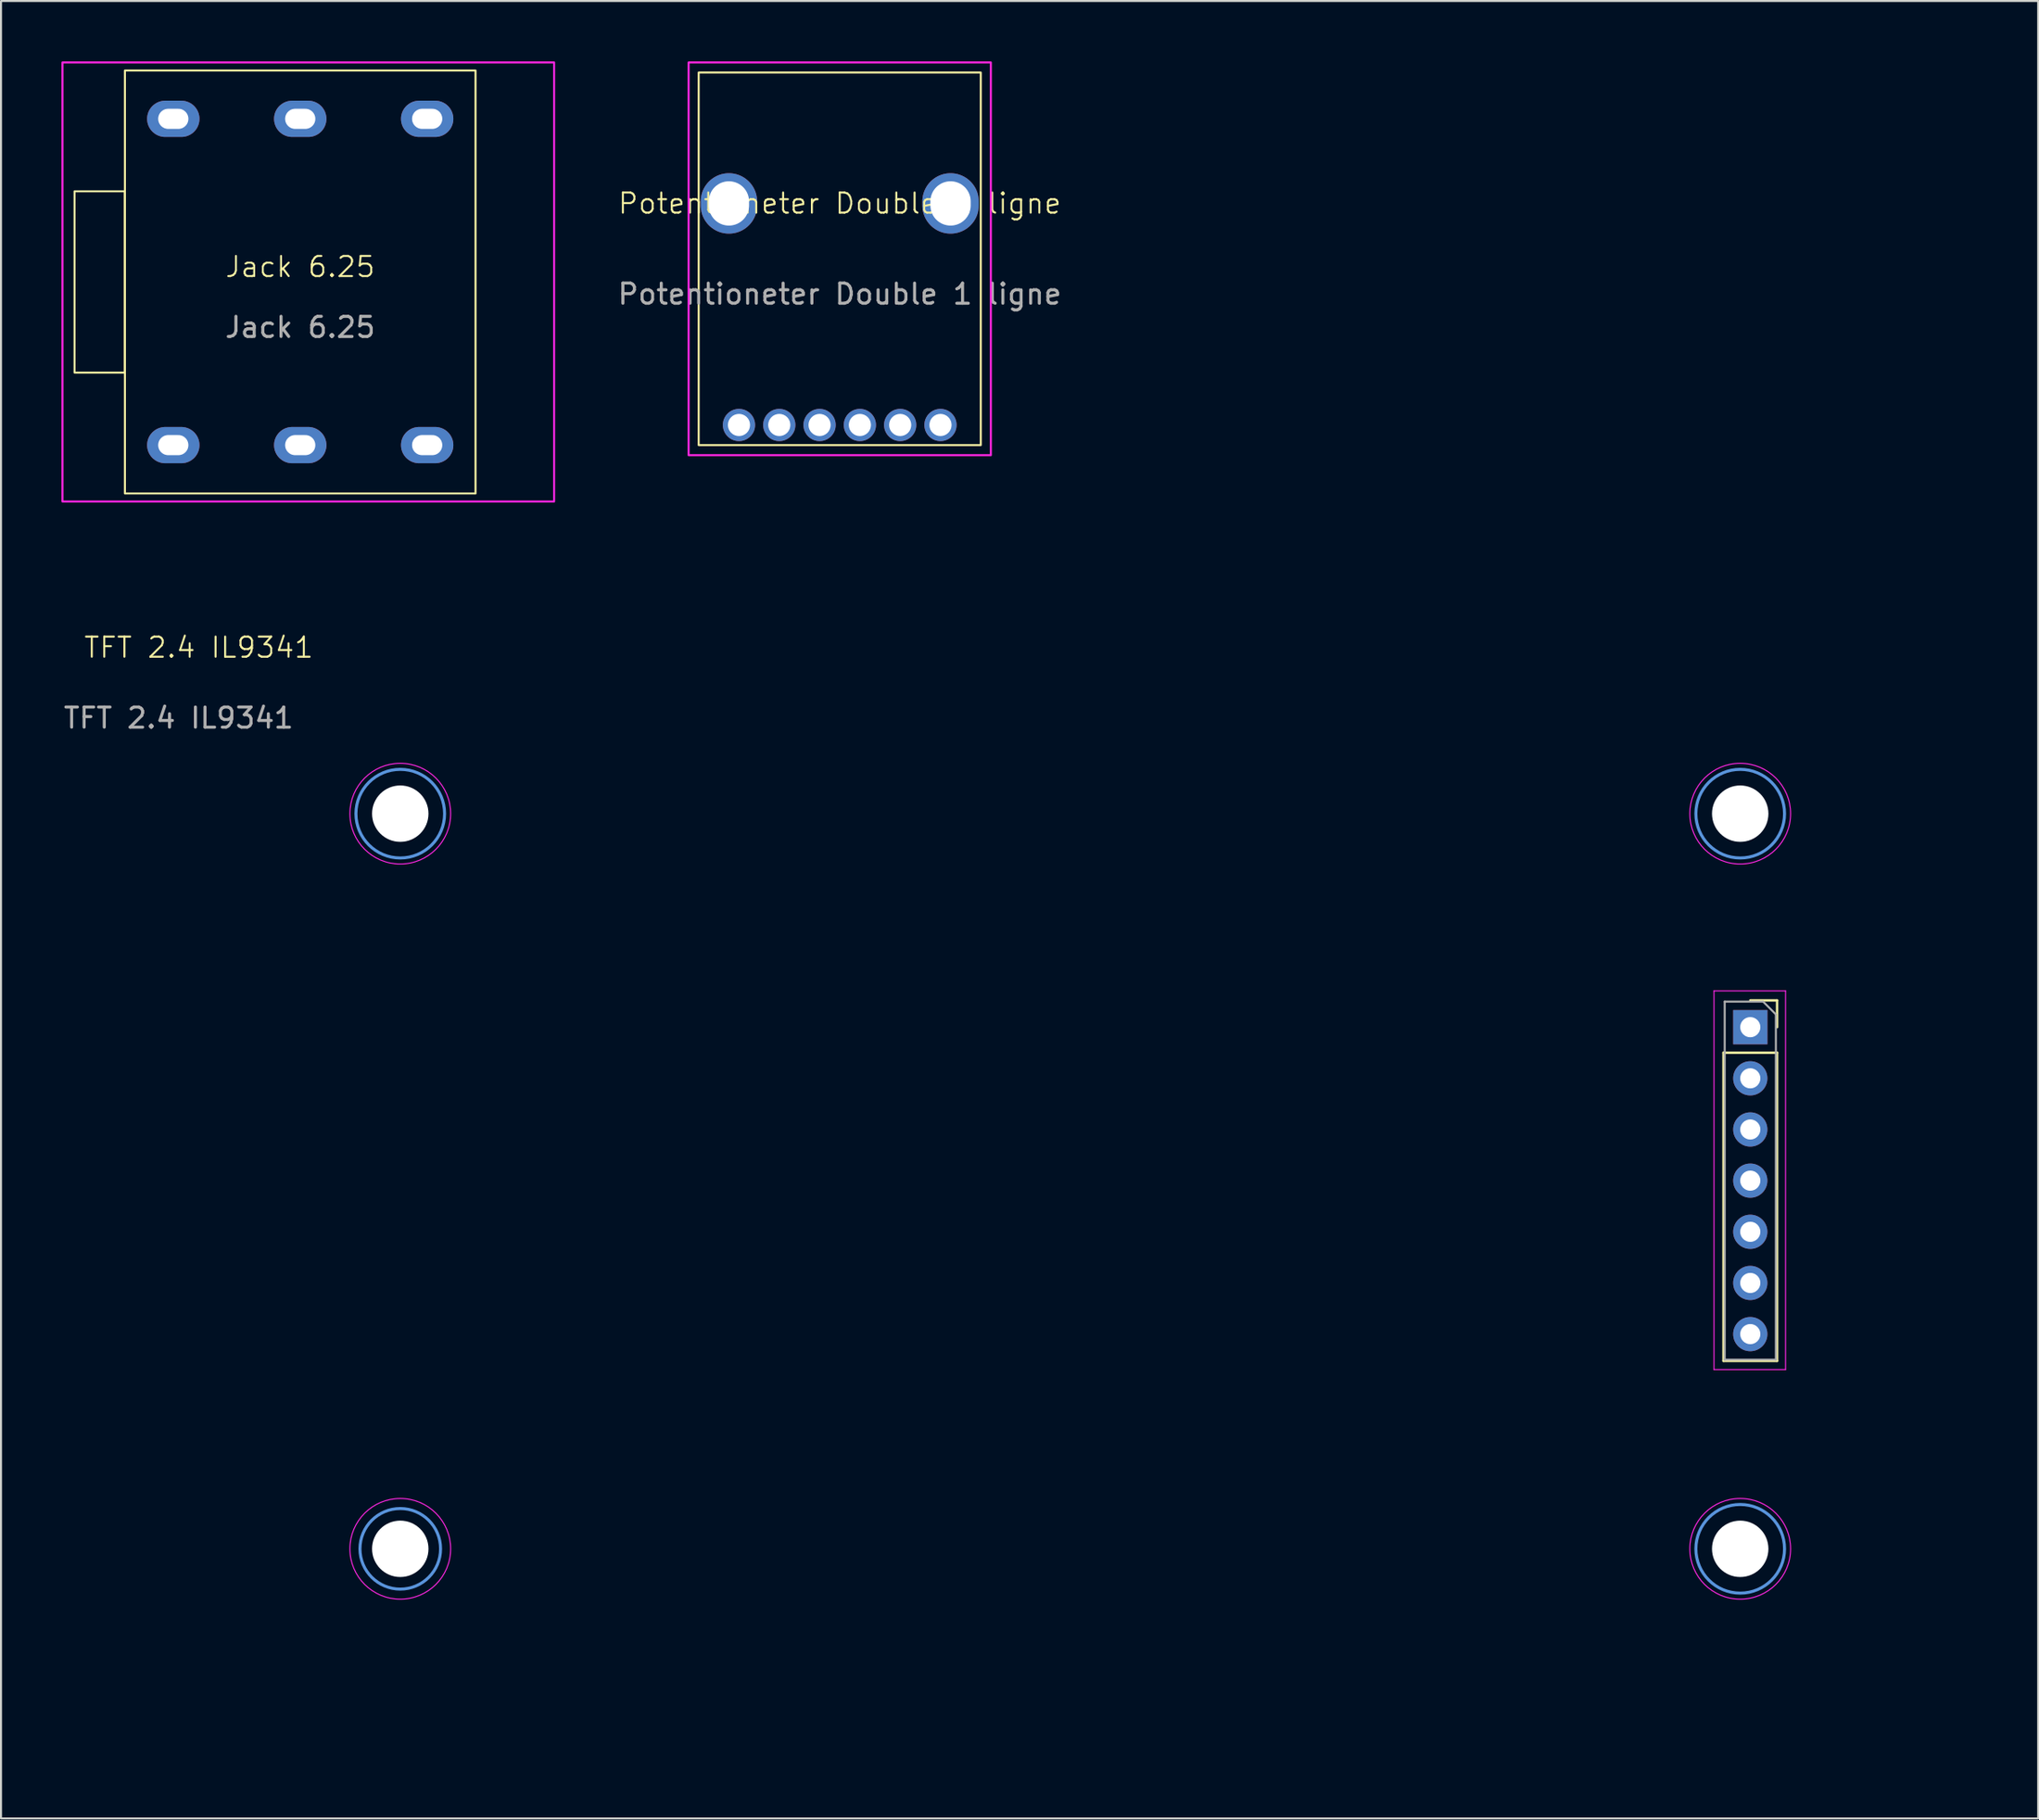
<source format=kicad_pcb>
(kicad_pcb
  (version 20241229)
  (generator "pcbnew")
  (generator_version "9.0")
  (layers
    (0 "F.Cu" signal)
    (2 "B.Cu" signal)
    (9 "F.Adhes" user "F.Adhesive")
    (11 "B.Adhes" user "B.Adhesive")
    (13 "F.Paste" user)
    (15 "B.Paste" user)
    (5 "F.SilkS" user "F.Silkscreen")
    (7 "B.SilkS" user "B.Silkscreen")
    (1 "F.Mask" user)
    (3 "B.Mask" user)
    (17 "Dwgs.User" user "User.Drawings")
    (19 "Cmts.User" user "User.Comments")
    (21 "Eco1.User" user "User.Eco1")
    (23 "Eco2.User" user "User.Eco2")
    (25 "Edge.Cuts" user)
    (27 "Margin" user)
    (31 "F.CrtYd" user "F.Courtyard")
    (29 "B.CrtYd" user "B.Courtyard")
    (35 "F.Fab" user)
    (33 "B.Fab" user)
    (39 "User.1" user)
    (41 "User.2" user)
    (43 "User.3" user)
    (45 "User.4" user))
  (footprint "Jack 6.25"
    (layer "F.Cu")
    (at 11.85 10.95)
    (property "Reference" "Jack 6.25" (at 0 -0.75 0) (unlocked yes) (layer "F.SilkS") (effects (font (size 1 1) (thickness 0.1))))
    (attr exclude_from_pos_files exclude_from_bom)
    (fp_rect (start -11.2 -4.5) (end -8.7 4.5) (stroke (width 0.1) (type solid)) (fill no) (layer "F.SilkS"))
    (fp_rect (start -8.7 -10.5) (end 8.7 10.5) (stroke (width 0.1) (type solid)) (fill no) (layer "F.SilkS"))
    (fp_rect (start -11.8 -10.9) (end 12.6 10.9) (stroke (width 0.1) (type solid)) (fill no) (layer "F.CrtYd"))
    (fp_rect (start 8.75 -5.9) (end 12.25 5.9) (stroke (width 0.1) (type default)) (fill no) (layer "User.1"))
    (fp_text user "${REFERENCE}" (at 0 2.25 0) (unlocked yes) (layer "F.Fab") (effects (font (size 1 1) (thickness 0.15))))
    (pad "R" thru_hole oval (at 0 -8.1) (size 2.6 1.8) (drill oval 1.5 1) (layers "*.Cu" "*.Mask"))
    (pad "RN" thru_hole oval (at 0 8.1) (size 2.6 1.8) (drill oval 1.5 1) (layers "*.Cu" "*.Mask"))
    (pad "S" thru_hole oval (at 6.3 -8.1) (size 2.6 1.8) (drill oval 1.5 1) (layers "*.Cu" "*.Mask"))
    (pad "SN" thru_hole oval (at 6.3 8.1) (size 2.6 1.8) (drill oval 1.5 1) (layers "*.Cu" "*.Mask"))
    (pad "T" thru_hole oval (at -6.3 -8.1) (size 2.6 1.8) (drill oval 1.5 1) (layers "*.Cu" "*.Mask"))
    (pad "TN" thru_hole oval (at -6.3 8.1) (size 2.6 1.8) (drill oval 1.5 1) (layers "*.Cu" "*.Mask")))
  (footprint "Potentioneter Double 1 ligne"
    (layer "F.Cu")
    (at 38.625 18.05)
    (property "Reference" "Potentioneter Double 1 ligne" (at 0 -11 0) (unlocked yes) (layer "F.SilkS") (effects (font (size 1 1) (thickness 0.1))))
    (attr smd)
    (fp_rect (start -7 -17.5) (end 7 1) (stroke (width 0.1) (type default)) (fill no) (layer "F.SilkS"))
    (fp_rect (start -7.5 -18) (end 7.5 1.5) (stroke (width 0.1) (type solid)) (fill no) (layer "F.CrtYd"))
    (fp_text user "${REFERENCE}" (at 0 -6.5 0) (unlocked yes) (layer "F.Fab") (effects (font (size 1 1) (thickness 0.15))))
    (pad "" np_thru_hole oval (at -5.5 -11) (size 2.8 3) (drill oval 2 2.2) (layers "*.Cu" "*.Mask"))
    (pad "" np_thru_hole oval (at 5.5 -11) (size 2.8 3) (drill oval 2 2.2) (layers "*.Cu" "*.Mask"))
    (pad "1" thru_hole circle (at -1 0) (size 1.6 1.6) (drill 1.1) (layers "*.Cu" "*.Mask"))
    (pad "2" thru_hole circle (at 1 0) (size 1.6 1.6) (drill 1.1) (layers "*.Cu" "*.Mask"))
    (pad "3" thru_hole circle (at 3 0) (size 1.6 1.6) (drill 1.1) (layers "*.Cu" "*.Mask"))
    (pad "4" thru_hole circle (at -3 0) (size 1.6 1.6) (drill 1.1) (layers "*.Cu" "*.Mask"))
    (pad "5" thru_hole circle (at -5 0) (size 1.6 1.6) (drill 1.1) (layers "*.Cu" "*.Mask"))
    (pad "6" thru_hole circle (at 5 0) (size 1.6 1.6) (drill 1.1) (layers "*.Cu" "*.Mask")))
  (footprint "TFT 2.4 IL9341"
    (layer "F.Cu")
    (at 13.815 34.098)
    (property "Reference" "TFT 2.4 IL9341" (at -7 -5 0) (unlocked yes) (layer "F.SilkS") (effects (font (size 1 1) (thickness 0.1))))
    (attr exclude_from_pos_files exclude_from_bom)
    (fp_line (start 68.67 15.12) (end 68.67 30.42) (stroke (width 0.12) (type solid)) (layer "F.SilkS"))
    (fp_line (start 68.67 15.12) (end 71.33 15.12) (stroke (width 0.12) (type solid)) (layer "F.SilkS"))
    (fp_line (start 68.67 30.42) (end 71.33 30.42) (stroke (width 0.12) (type solid)) (layer "F.SilkS"))
    (fp_line (start 70 12.52) (end 71.33 12.52) (stroke (width 0.12) (type solid)) (layer "F.SilkS"))
    (fp_line (start 71.33 12.52) (end 71.33 13.85) (stroke (width 0.12) (type solid)) (layer "F.SilkS"))
    (fp_line (start 71.33 15.12) (end 71.33 30.42) (stroke (width 0.12) (type solid)) (layer "F.SilkS"))
    (fp_circle (center 3 3.25) (end 5.2 3.25) (stroke (width 0.15) (type solid)) (fill no) (layer "Cmts.User"))
    (fp_circle (center 3 39.75) (end 5 39.75) (stroke (width 0.15) (type solid)) (fill no) (layer "Cmts.User"))
    (fp_circle (center 69.5 3.25) (end 71.7 3.25) (stroke (width 0.15) (type solid)) (fill no) (layer "Cmts.User"))
    (fp_circle (center 69.5 39.75) (end 71.7 39.75) (stroke (width 0.15) (type solid)) (fill no) (layer "Cmts.User"))
    (fp_line (start 68.2 12.05) (end 71.75 12.05) (stroke (width 0.05) (type solid)) (layer "F.CrtYd"))
    (fp_line (start 68.2 30.85) (end 68.2 12.05) (stroke (width 0.05) (type solid)) (layer "F.CrtYd"))
    (fp_line (start 71.75 12.05) (end 71.75 30.85) (stroke (width 0.05) (type solid)) (layer "F.CrtYd"))
    (fp_line (start 71.75 30.85) (end 68.2 30.85) (stroke (width 0.05) (type solid)) (layer "F.CrtYd"))
    (fp_circle (center 3 3.25) (end 5.5 3.25) (stroke (width 0.05) (type solid)) (fill no) (layer "F.CrtYd"))
    (fp_circle (center 3 39.75) (end 5.5 39.75) (stroke (width 0.05) (type solid)) (fill no) (layer "F.CrtYd"))
    (fp_circle (center 69.5 3.25) (end 72 3.25) (stroke (width 0.05) (type solid)) (fill no) (layer "F.CrtYd"))
    (fp_circle (center 69.5 39.75) (end 72 39.75) (stroke (width 0.05) (type solid)) (fill no) (layer "F.CrtYd"))
    (fp_line (start 68.73 12.58) (end 70.635 12.58) (stroke (width 0.1) (type solid)) (layer "F.Fab"))
    (fp_line (start 68.73 30.36) (end 68.73 12.58) (stroke (width 0.1) (type solid)) (layer "F.Fab"))
    (fp_line (start 70.635 12.58) (end 71.27 13.215) (stroke (width 0.1) (type solid)) (layer "F.Fab"))
    (fp_line (start 71.27 13.215) (end 71.27 30.36) (stroke (width 0.1) (type solid)) (layer "F.Fab"))
    (fp_line (start 71.27 30.36) (end 68.73 30.36) (stroke (width 0.1) (type solid)) (layer "F.Fab"))
    (fp_rect (start 0 0) (end 71.5 43) (stroke (width 0.1) (type solid)) (fill no) (layer "User.4"))
    (fp_rect (start 15.05 3) (end 63.55 40.05) (stroke (width 0.1) (type solid)) (fill no) (layer "User.4"))
    (fp_text user "${REFERENCE}" (at -8 -1.5 0) (unlocked yes) (layer "F.Fab") (effects (font (size 1 1) (thickness 0.15))))
    (dimension (type orthogonal) (layer "User.3") (pts (xy 85.315 55.598) (xy 85.315 73.848)) (height -74.55) (orientation 1) (format (prefix "") (suffix "") (units 3) (units_format 0) (precision 4) (suppress_zeroes yes)) (style (thickness 0.1) (arrow_length 1.27) (text_position_mode 0) (arrow_direction outward) (extension_height 0.586) (extension_offset 0.5) (keep_text_aligned yes)) (gr_text "18.25" (at 9.615 64.723 90) (layer "User.3") (effects (font (size 1 1) (thickness 0.15)))))
    (dimension (type orthogonal) (layer "User.3") (pts (xy 49.565 34.098) (xy 83.315 34.358)) (height 46.05) (orientation 0) (format (prefix "") (suffix "") (units 3) (units_format 0) (precision 4) (suppress_zeroes yes)) (style (thickness 0.1) (arrow_length 1.27) (text_position_mode 0) (arrow_direction outward) (extension_height 0.586) (extension_offset 0.5) (keep_text_aligned yes)) (gr_text "33.75" (at 66.44 78.998 0) (layer "User.3") (effects (font (size 1 1) (thickness 0.15)))))
    (dimension (type orthogonal) (layer "User.3") (pts (xy 85.315 55.598) (xy 85.315 37.348)) (height -74.5) (orientation 1) (format (prefix "") (suffix "") (units 3) (units_format 0) (precision 4) (suppress_zeroes yes)) (style (thickness 0.1) (arrow_length 1.27) (text_position_mode 0) (arrow_direction outward) (extension_height 0.586) (extension_offset 0.5) (keep_text_aligned yes)) (gr_text "18.25" (at 9.665 46.473 90) (layer "User.3") (effects (font (size 1 1) (thickness 0.15)))))
    (dimension (type orthogonal) (layer "User.3") (pts (xy 85.315 77.098) (xy 77.315 77.098)) (height -47.05) (orientation 0) (format (prefix "") (suffix "") (units 3) (units_format 0) (precision 4) (suppress_zeroes yes)) (style (thickness 0.1) (arrow_length 1.27) (text_position_mode 0) (arrow_direction outward) (extension_height 0.586) (extension_offset 0.5) (keep_text_aligned yes)) (gr_text "8" (at 81.315 28.898 0) (layer "User.3") (effects (font (size 1 1) (thickness 0.15)))))
    (dimension (type orthogonal) (layer "User.3") (pts (xy 77.365 37.098) (xy 53.115 37.098)) (height -10.2) (orientation 0) (format (prefix "") (suffix "") (units 3) (units_format 0) (precision 4) (suppress_zeroes yes)) (style (thickness 0.1) (arrow_length 1.27) (text_position_mode 0) (arrow_direction outward) (extension_height 0.586) (extension_offset 0.5) (keep_text_aligned yes)) (gr_text "24.25" (at 65.24 25.748 0) (layer "User.3") (effects (font (size 1 1) (thickness 0.15)))))
    (dimension (type orthogonal) (layer "User.3") (pts (xy 49.565 34.098) (xy 16.8 34.303)) (height 46.175) (orientation 0) (format (prefix "") (suffix "") (units 3) (units_format 0) (precision 4) (suppress_zeroes yes)) (style (thickness 0.1) (arrow_length 1.27) (text_position_mode 0) (arrow_direction outward) (extension_height 0.586) (extension_offset 0.5) (keep_text_aligned yes)) (gr_text "32.765" (at 33.183 79.123 0) (layer "User.3") (effects (font (size 1 1) (thickness 0.15)))))
    (dimension (type orthogonal) (layer "User.3") (pts (xy 85.315 34.098) (xy 85.315 55.598)) (height -81.5) (orientation 1) (format (prefix "") (suffix "") (units 3) (units_format 0) (precision 4) (suppress_zeroes yes)) (style (thickness 0.1) (arrow_length 1.27) (text_position_mode 0) (arrow_direction outward) (extension_height 0.586) (extension_offset 0.5) (keep_text_aligned yes)) (gr_text "21.5" (at 2.665 44.848 90) (layer "User.3") (effects (font (size 1 1) (thickness 0.15)))))
    (dimension (type orthogonal) (layer "User.3") (pts (xy 85.315 77.098) (xy 83.815 77.098)) (height -49.85) (orientation 0) (format (prefix "") (suffix "") (units 3) (units_format 0) (precision 4) (suppress_zeroes yes)) (style (thickness 0.1) (arrow_length 1.27) (text_position_mode 0) (arrow_direction outward) (extension_height 0.586) (extension_offset 0.5) (keep_text_aligned yes)) (gr_text "1.5" (at 84.565 26.098 0) (layer "User.3") (effects (font (size 1 1) (thickness 0.15)))))
    (dimension (type orthogonal) (layer "User.3") (pts (xy 85.315 34.098) (xy 49.565 34.098)) (height 49.5) (orientation 0) (format (prefix "") (suffix "") (units 3) (units_format 0) (precision 4) (suppress_zeroes yes)) (style (thickness 0.1) (arrow_length 1.27) (text_position_mode 0) (arrow_direction outward) (extension_height 0.586) (extension_offset 0.5) (keep_text_aligned yes)) (gr_text "35.75" (at 67.44 82.448 0) (layer "User.3") (effects (font (size 1 1) (thickness 0.15)))))
    (dimension (type orthogonal) (layer "User.3") (pts (xy 13.815 77.098) (xy 28.815 77.198)) (height -48.25) (orientation 0) (format (prefix "") (suffix "") (units 3) (units_format 0) (precision 4) (suppress_zeroes yes)) (style (thickness 0.1) (arrow_length 1.27) (text_position_mode 0) (arrow_direction outward) (extension_height 0.586) (extension_offset 0.5) (keep_text_aligned yes)) (gr_text "15" (at 21.315 27.698 0) (layer "User.3") (effects (font (size 1 1) (thickness 0.15)))))
    (dimension (type orthogonal) (layer "User.3") (pts (xy 13.815 77.098) (xy 13.815 74.098)) (height 80.65) (orientation 1) (format (prefix "") (suffix "") (units 3) (units_format 0) (precision 4) (suppress_zeroes yes)) (style (thickness 0.1) (arrow_length 1.27) (text_position_mode 0) (arrow_direction outward) (extension_height 0.586) (extension_offset 0.5) (keep_text_aligned yes)) (gr_text "3" (at 93.315 75.598 90) (layer "User.3") (effects (font (size 1 1) (thickness 0.15)))))
    (dimension (type orthogonal) (layer "User.3") (pts (xy 13.815 34.098) (xy 13.815 37.098)) (height 79.85) (orientation 1) (format (prefix "") (suffix "") (units 3) (units_format 0) (precision 4) (suppress_zeroes yes)) (style (thickness 0.1) (arrow_length 1.27) (text_position_mode 0) (arrow_direction outward) (extension_height 0.586) (extension_offset 0.5) (keep_text_aligned yes)) (gr_text "3" (at 92.515 35.598 90) (layer "User.3") (effects (font (size 1 1) (thickness 0.15)))))
    (pad "" np_thru_hole circle (at 3 3.25) (size 2.8 2.8) (drill 2.8) (layers "*.Cu" "*.Mask"))
    (pad "" np_thru_hole circle (at 3 39.75) (size 2.8 2.8) (drill 2.8) (layers "*.Cu" "*.Mask"))
    (pad "" np_thru_hole circle (at 69.5 3.25) (size 2.8 2.8) (drill 2.8) (layers "*.Cu" "*.Mask"))
    (pad "" np_thru_hole circle (at 69.5 39.75) (size 2.8 2.8) (drill 2.8) (layers "*.Cu" "*.Mask"))
    (pad "1" thru_hole rect (at 70 13.85) (size 1.7 1.7) (drill 1) (layers "*.Cu" "*.Mask"))
    (pad "2" thru_hole oval (at 70 16.39) (size 1.7 1.7) (drill 1) (layers "*.Cu" "*.Mask"))
    (pad "3" thru_hole oval (at 70 18.93) (size 1.7 1.7) (drill 1) (layers "*.Cu" "*.Mask"))
    (pad "4" thru_hole oval (at 70 21.47) (size 1.7 1.7) (drill 1) (layers "*.Cu" "*.Mask"))
    (pad "5" thru_hole oval (at 70 24.01) (size 1.7 1.7) (drill 1) (layers "*.Cu" "*.Mask"))
    (pad "6" thru_hole oval (at 70 26.55) (size 1.7 1.7) (drill 1) (layers "*.Cu" "*.Mask"))
    (pad "7" thru_hole oval (at 70 29.09) (size 1.7 1.7) (drill 1) (layers "*.Cu" "*.Mask")))
  (gr_rect
    (start -3 -3)
    (end 98.102 87.235)
    (stroke (width 0.1) (type default))
    (fill no)
    (layer "Edge.Cuts")))
</source>
